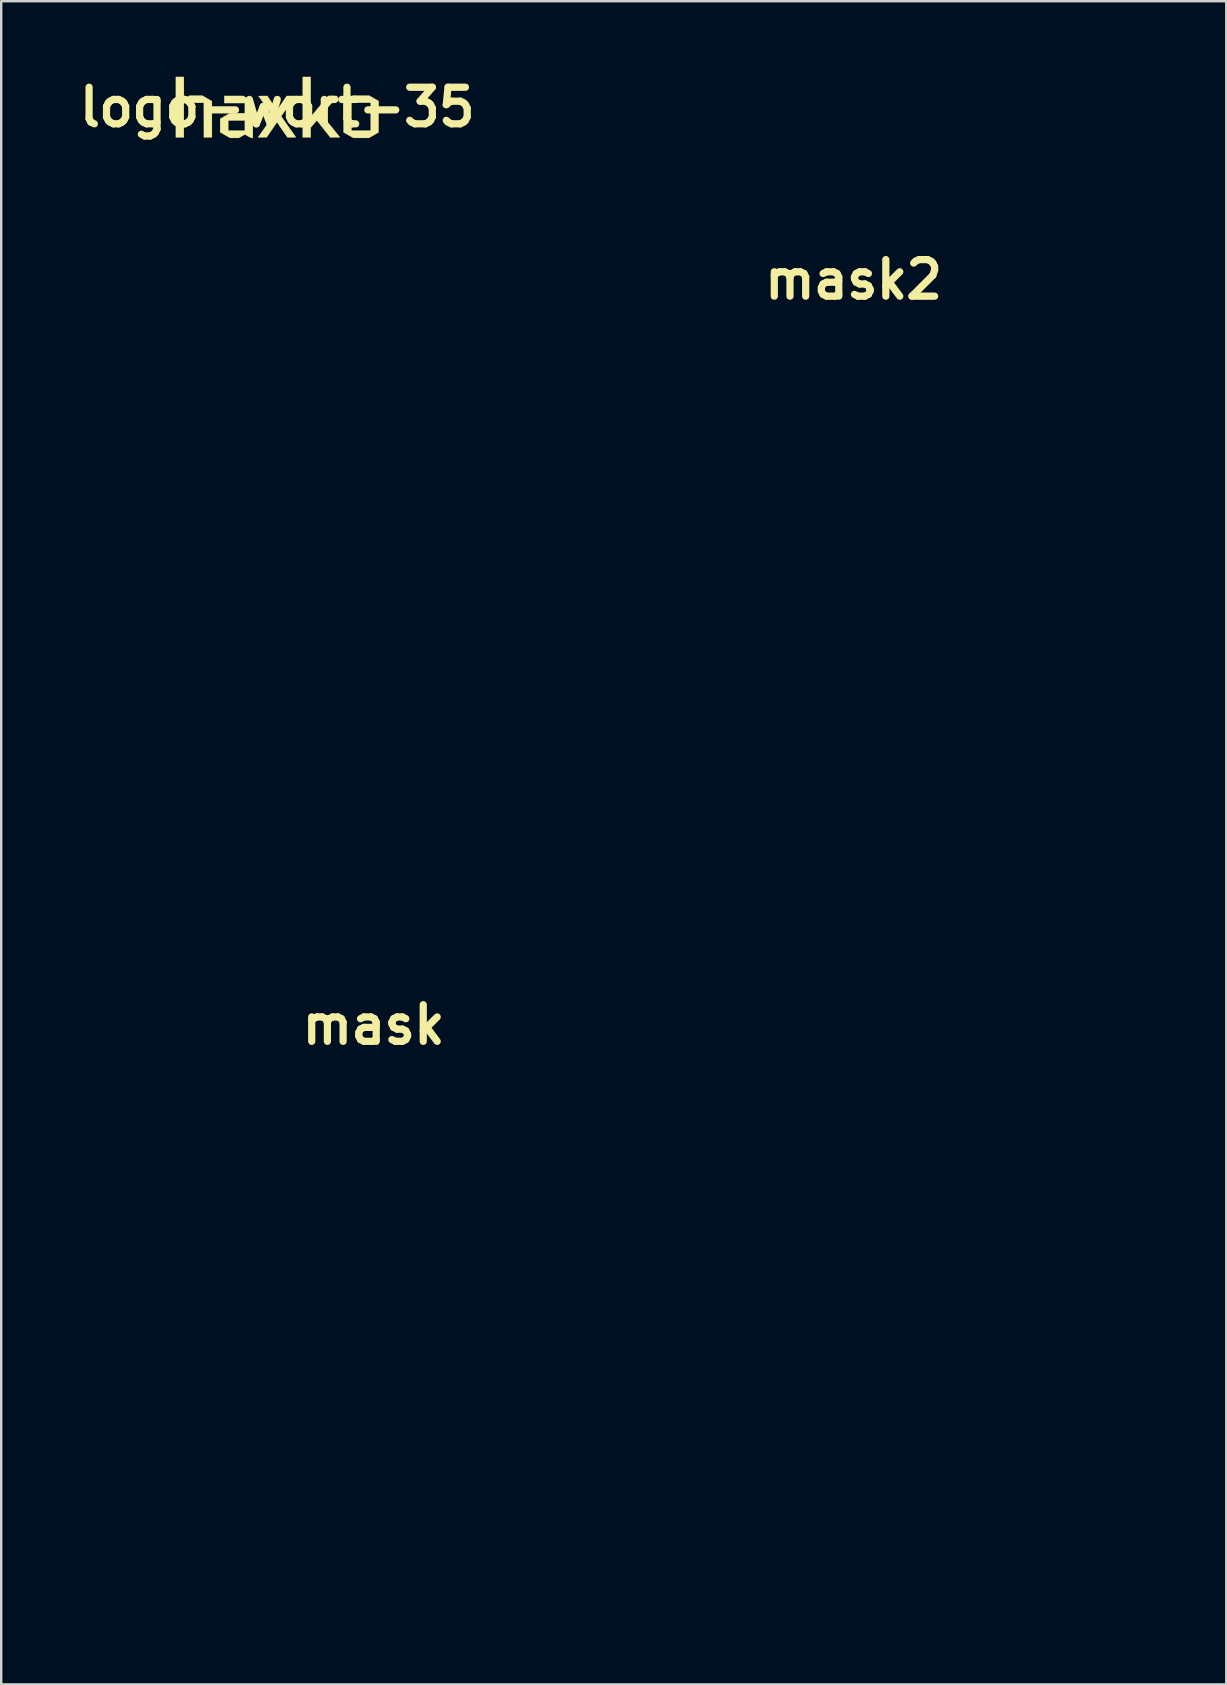
<source format=kicad_pcb>
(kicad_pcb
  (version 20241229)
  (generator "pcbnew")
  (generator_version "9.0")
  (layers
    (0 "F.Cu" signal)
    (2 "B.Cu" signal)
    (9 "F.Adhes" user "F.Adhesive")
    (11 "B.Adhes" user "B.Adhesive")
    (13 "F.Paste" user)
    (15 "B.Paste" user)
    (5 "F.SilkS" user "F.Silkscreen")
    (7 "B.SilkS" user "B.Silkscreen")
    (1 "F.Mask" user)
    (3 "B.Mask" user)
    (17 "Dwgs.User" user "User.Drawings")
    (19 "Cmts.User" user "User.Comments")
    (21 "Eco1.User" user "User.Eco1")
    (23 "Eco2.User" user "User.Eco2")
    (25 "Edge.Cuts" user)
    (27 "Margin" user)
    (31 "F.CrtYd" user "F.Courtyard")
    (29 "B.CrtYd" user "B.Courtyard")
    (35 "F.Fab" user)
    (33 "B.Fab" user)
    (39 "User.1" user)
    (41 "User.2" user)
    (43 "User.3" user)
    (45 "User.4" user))
  (footprint "logo-wort-35"
    (layer "F.Cu")
    (at 8.498 1.418)
    (property "Reference" "logo-wort-35" (at 0 0 0) (layer "F.SilkS") (effects (font (size 1.524 1.524) (thickness 0.3))))
    (attr through_hole)
    (fp_poly (pts (xy -3.888 -0.806) (xy -3.886 -0.35) (xy -3.768 -0.418) (xy -3.65 -0.486) (xy -3.12 -0.486) (xy -2.948 -0.387) (xy -2.901 -0.36) (xy -2.857 -0.335) (xy -2.818 -0.312) (xy -2.785 -0.293) (xy -2.762 -0.279) (xy -2.749 -0.271) (xy -2.721 -0.254) (xy -2.721 1.255) (xy -3.055 1.255) (xy -3.057 0.535) (xy -3.059 -0.185) (xy -3.474 -0.187) (xy -3.89 -0.189) (xy -3.89 1.255) (xy -4.224 1.255) (xy -4.224 -1.263) (xy -3.89 -1.263) (xy -3.888 -0.806)) (stroke (width 0.01) (type solid)) (fill yes) (layer "F.SilkS"))
    (fp_poly (pts (xy 4.027 -0.373) (xy 4.224 -0.259) (xy 4.222 0.393) (xy 4.22 1.046) (xy 4.02 1.162) (xy 3.821 1.277) (xy 3.494 1.277) (xy 3.167 1.277) (xy 3.033 1.2) (xy 2.988 1.174) (xy 2.941 1.147) (xy 2.897 1.122) (xy 2.859 1.1) (xy 2.829 1.083) (xy 2.828 1.083) (xy 2.758 1.042) (xy 2.758 -0.189) (xy 3.092 -0.189) (xy 3.092 0.972) (xy 3.89 0.972) (xy 3.89 -0.189) (xy 3.092 -0.189) (xy 2.758 -0.189) (xy 2.758 -0.258) (xy 2.957 -0.372) (xy 3.155 -0.486) (xy 3.83 -0.486) (xy 4.027 -0.373)) (stroke (width 0.01) (type solid)) (fill yes) (layer "F.SilkS"))
    (fp_poly (pts (xy -1.016 -0.243) (xy -1.016 0.517) (xy -1.016 1.277) (xy -1.056 1.277) (xy -1.07 1.277) (xy -1.084 1.275) (xy -1.098 1.27) (xy -1.117 1.263) (xy -1.141 1.25) (xy -1.172 1.233) (xy -1.214 1.209) (xy -1.222 1.205) (xy -1.348 1.132) (xy -1.474 1.205) (xy -1.6 1.277) (xy -1.785 1.277) (xy -1.97 1.277) (xy -2.175 1.159) (xy -2.38 1.041) (xy -2.38 0.552) (xy -2.039 0.552) (xy -2.039 0.972) (xy -1.35 0.972) (xy -1.35 0.552) (xy -2.039 0.552) (xy -2.38 0.552) (xy -2.38 0.481) (xy -2.178 0.364) (xy -1.975 0.247) (xy -1.35 0.247) (xy -1.35 -0.174) (xy -2.206 -0.174) (xy -2.206 -0.472) (xy -1.414 -0.472) (xy -1.016 -0.243)) (stroke (width 0.01) (type solid)) (fill yes) (layer "F.SilkS"))
    (fp_poly (pts (xy 1.393 -0.439) (xy 1.393 -0.314) (xy 1.394 -0.198) (xy 1.394 -0.09) (xy 1.394 0.008) (xy 1.395 0.096) (xy 1.395 0.174) (xy 1.396 0.24) (xy 1.397 0.295) (xy 1.398 0.337) (xy 1.398 0.366) (xy 1.399 0.382) (xy 1.4 0.385) (xy 1.406 0.379) (xy 1.42 0.363) (xy 1.442 0.338) (xy 1.471 0.304) (xy 1.506 0.262) (xy 1.547 0.214) (xy 1.592 0.159) (xy 1.642 0.099) (xy 1.696 0.035) (xy 1.752 -0.033) (xy 1.761 -0.044) (xy 2.115 -0.472) (xy 2.313 -0.472) (xy 2.374 -0.472) (xy 2.422 -0.471) (xy 2.457 -0.47) (xy 2.482 -0.469) (xy 2.498 -0.467) (xy 2.505 -0.465) (xy 2.506 -0.463) (xy 2.501 -0.456) (xy 2.486 -0.439) (xy 2.464 -0.412) (xy 2.435 -0.378) (xy 2.4 -0.336) (xy 2.359 -0.288) (xy 2.314 -0.235) (xy 2.264 -0.176) (xy 2.212 -0.115) (xy 2.185 -0.083) (xy 2.131 -0.02) (xy 2.079 0.04) (xy 2.032 0.096) (xy 1.988 0.147) (xy 1.949 0.193) (xy 1.917 0.231) (xy 1.89 0.262) (xy 1.872 0.284) (xy 1.861 0.297) (xy 1.859 0.299) (xy 1.859 0.302) (xy 1.86 0.308) (xy 1.865 0.316) (xy 1.873 0.329) (xy 1.884 0.346) (xy 1.901 0.368) (xy 1.923 0.396) (xy 1.95 0.431) (xy 1.983 0.473) (xy 2.023 0.523) (xy 2.071 0.581) (xy 2.126 0.649) (xy 2.189 0.727) (xy 2.231 0.779) (xy 2.29 0.851) (xy 2.345 0.919) (xy 2.397 0.983) (xy 2.445 1.043) (xy 2.489 1.096) (xy 2.527 1.143) (xy 2.559 1.183) (xy 2.584 1.214) (xy 2.601 1.237) (xy 2.611 1.249) (xy 2.613 1.251) (xy 2.606 1.252) (xy 2.586 1.253) (xy 2.556 1.254) (xy 2.516 1.255) (xy 2.469 1.255) (xy 2.418 1.255) (xy 2.41 1.255) (xy 2.208 1.255) (xy 1.93 0.903) (xy 1.88 0.841) (xy 1.834 0.783) (xy 1.791 0.729) (xy 1.752 0.68) (xy 1.718 0.638) (xy 1.689 0.603) (xy 1.668 0.577) (xy 1.653 0.56) (xy 1.647 0.553) (xy 1.647 0.553) (xy 1.641 0.559) (xy 1.627 0.575) (xy 1.607 0.598) (xy 1.58 0.628) (xy 1.55 0.664) (xy 1.518 0.702) (xy 1.393 0.848) (xy 1.393 1.255) (xy 1.06 1.255) (xy 1.06 -1.263) (xy 1.393 -1.263) (xy 1.393 -0.439)) (stroke (width 0.01) (type solid)) (fill yes) (layer "F.SilkS"))
    (fp_poly (pts (xy 0.749 -0.452) (xy 0.743 -0.443) (xy 0.728 -0.423) (xy 0.707 -0.393) (xy 0.68 -0.354) (xy 0.647 -0.308) (xy 0.61 -0.255) (xy 0.568 -0.196) (xy 0.523 -0.133) (xy 0.476 -0.066) (xy 0.451 -0.032) (xy 0.403 0.036) (xy 0.357 0.1) (xy 0.315 0.16) (xy 0.277 0.215) (xy 0.243 0.263) (xy 0.215 0.304) (xy 0.192 0.337) (xy 0.177 0.36) (xy 0.168 0.373) (xy 0.167 0.375) (xy 0.171 0.382) (xy 0.183 0.4) (xy 0.202 0.427) (xy 0.227 0.464) (xy 0.258 0.509) (xy 0.294 0.561) (xy 0.335 0.619) (xy 0.379 0.682) (xy 0.427 0.75) (xy 0.474 0.817) (xy 0.781 1.252) (xy 0.607 1.254) (xy 0.558 1.254) (xy 0.513 1.254) (xy 0.476 1.254) (xy 0.447 1.254) (xy 0.429 1.253) (xy 0.425 1.253) (xy 0.419 1.247) (xy 0.407 1.229) (xy 0.387 1.202) (xy 0.362 1.167) (xy 0.332 1.123) (xy 0.298 1.074) (xy 0.26 1.019) (xy 0.219 0.96) (xy 0.204 0.937) (xy -0.01 0.624) (xy -0.034 0.659) (xy -0.043 0.672) (xy -0.059 0.695) (xy -0.082 0.728) (xy -0.11 0.769) (xy -0.142 0.816) (xy -0.178 0.868) (xy -0.216 0.924) (xy -0.249 0.972) (xy -0.44 1.252) (xy -0.806 1.256) (xy -0.745 1.17) (xy -0.672 1.066) (xy -0.602 0.967) (xy -0.536 0.874) (xy -0.475 0.787) (xy -0.419 0.706) (xy -0.368 0.632) (xy -0.323 0.567) (xy -0.284 0.509) (xy -0.251 0.461) (xy -0.225 0.422) (xy -0.207 0.393) (xy -0.196 0.375) (xy -0.193 0.368) (xy -0.198 0.361) (xy -0.211 0.343) (xy -0.23 0.316) (xy -0.255 0.28) (xy -0.285 0.237) (xy -0.319 0.188) (xy -0.357 0.134) (xy -0.397 0.077) (xy -0.439 0.017) (xy -0.482 -0.044) (xy -0.525 -0.105) (xy -0.568 -0.164) (xy -0.608 -0.222) (xy -0.646 -0.276) (xy -0.681 -0.326) (xy -0.712 -0.369) (xy -0.738 -0.406) (xy -0.758 -0.435) (xy -0.772 -0.454) (xy -0.778 -0.462) (xy -0.778 -0.463) (xy -0.778 -0.465) (xy -0.771 -0.468) (xy -0.755 -0.469) (xy -0.73 -0.47) (xy -0.694 -0.471) (xy -0.646 -0.471) (xy -0.598 -0.471) (xy -0.41 -0.471) (xy -0.276 -0.271) (xy -0.24 -0.217) (xy -0.203 -0.163) (xy -0.167 -0.109) (xy -0.134 -0.06) (xy -0.105 -0.017) (xy -0.082 0.017) (xy -0.076 0.026) (xy -0.01 0.123) (xy 0.189 -0.174) (xy 0.388 -0.471) (xy 0.576 -0.471) (xy 0.763 -0.472) (xy 0.749 -0.452)) (stroke (width 0.01) (type solid)) (fill yes) (layer "F.SilkS")))
  (footprint "mask"
    (layer "F.Cu")
    (at 12.51 39.632)
    (property "Reference" "mask" (at 0 0 0) (layer "F.SilkS") (effects (font (size 1.524 1.524) (thickness 0.3))))
    (attr through_hole)
    (fp_poly (pts (xy 1.397 -8.553) (xy 1.403 -8.522) (xy 1.415 -8.466) (xy 1.43 -8.392) (xy 1.447 -8.308) (xy 1.448 -8.3) (xy 1.514 -8.013) (xy 1.594 -7.741) (xy 1.692 -7.475) (xy 1.812 -7.202) (xy 1.865 -7.091) (xy 2.052 -6.746) (xy 2.267 -6.417) (xy 2.51 -6.103) (xy 2.759 -5.826) (xy 2.95 -5.628) (xy 1.949 -3.627) (xy 1.827 -3.384) (xy 1.71 -3.148) (xy 1.597 -2.923) (xy 1.491 -2.71) (xy 1.391 -2.51) (xy 1.3 -2.326) (xy 1.217 -2.159) (xy 1.143 -2.012) (xy 1.08 -1.885) (xy 1.028 -1.78) (xy 0.989 -1.7) (xy 0.962 -1.646) (xy 0.95 -1.62) (xy 0.949 -1.618) (xy 0.966 -1.617) (xy 1.015 -1.617) (xy 1.094 -1.616) (xy 1.204 -1.615) (xy 1.341 -1.614) (xy 1.504 -1.614) (xy 1.691 -1.613) (xy 1.902 -1.613) (xy 2.135 -1.612) (xy 2.387 -1.612) (xy 2.659 -1.611) (xy 2.947 -1.611) (xy 3.25 -1.61) (xy 3.568 -1.61) (xy 3.898 -1.61) (xy 4.239 -1.61) (xy 4.589 -1.61) (xy 4.649 -1.61) (xy 8.349 -1.61) (xy 10.436 1.296) (xy 10.637 1.577) (xy 10.834 1.851) (xy 11.024 2.116) (xy 11.207 2.371) (xy 11.382 2.615) (xy 11.548 2.847) (xy 11.704 3.065) (xy 11.849 3.268) (xy 11.983 3.455) (xy 12.104 3.625) (xy 12.211 3.776) (xy 12.304 3.906) (xy 12.382 4.016) (xy 12.444 4.103) (xy 12.488 4.166) (xy 12.515 4.203) (xy 12.522 4.215) (xy 12.516 4.231) (xy 12.497 4.278) (xy 12.467 4.355) (xy 12.425 4.46) (xy 12.373 4.592) (xy 12.309 4.752) (xy 12.236 4.937) (xy 12.152 5.146) (xy 12.059 5.38) (xy 11.956 5.636) (xy 11.845 5.915) (xy 11.726 6.214) (xy 11.599 6.533) (xy 11.464 6.871) (xy 11.321 7.227) (xy 11.172 7.6) (xy 11.017 7.989) (xy 10.855 8.393) (xy 10.688 8.812) (xy 10.515 9.244) (xy 10.338 9.688) (xy 10.156 10.143) (xy 9.97 10.609) (xy 9.78 11.083) (xy 9.586 11.567) (xy 9.482 11.827) (xy 6.442 19.427) (xy 6.899 19.432) (xy 7.028 19.433) (xy 7.139 19.436) (xy 7.231 19.439) (xy 7.299 19.443) (xy 7.34 19.448) (xy 7.351 19.451) (xy 7.344 19.469) (xy 7.326 19.516) (xy 7.296 19.591) (xy 7.255 19.692) (xy 7.205 19.818) (xy 7.145 19.968) (xy 7.077 20.138) (xy 7.001 20.328) (xy 6.918 20.537) (xy 6.828 20.761) (xy 6.732 21) (xy 6.631 21.253) (xy 6.526 21.516) (xy 6.417 21.789) (xy 6.346 21.967) (xy 5.346 24.468) (xy 3.635 24.464) (xy 1.925 24.46) (xy 0.975 22.083) (xy 0.867 21.812) (xy 0.762 21.55) (xy 0.661 21.299) (xy 0.564 21.059) (xy 0.473 20.833) (xy 0.388 20.623) (xy 0.31 20.43) (xy 0.239 20.256) (xy 0.176 20.103) (xy 0.122 19.972) (xy 0.078 19.866) (xy 0.044 19.785) (xy 0.021 19.732) (xy 0.009 19.708) (xy 0.008 19.707) (xy 0.000362 19.723) (xy -0.02 19.768) (xy -0.051 19.841) (xy -0.092 19.941) (xy -0.143 20.065) (xy -0.204 20.212) (xy -0.272 20.38) (xy -0.349 20.568) (xy -0.432 20.774) (xy -0.522 20.995) (xy -0.617 21.231) (xy -0.717 21.48) (xy -0.821 21.739) (xy -0.928 22.008) (xy -0.958 22.083) (xy -1.908 24.46) (xy -3.619 24.464) (xy -5.329 24.468) (xy -6.329 21.967) (xy -6.44 21.689) (xy -6.548 21.419) (xy -6.652 21.16) (xy -6.751 20.912) (xy -6.844 20.678) (xy -6.932 20.459) (xy -7.012 20.257) (xy -7.086 20.074) (xy -7.151 19.911) (xy -7.207 19.77) (xy -7.254 19.652) (xy -7.291 19.56) (xy -7.317 19.495) (xy -7.331 19.459) (xy -7.334 19.451) (xy -7.319 19.447) (xy -7.274 19.443) (xy -7.203 19.439) (xy -7.108 19.436) (xy -6.994 19.433) (xy -6.883 19.432) (xy -6.425 19.427) (xy -9.465 11.827) (xy -9.66 11.34) (xy -9.852 10.86) (xy -10.04 10.39) (xy -10.225 9.929) (xy -10.405 9.479) (xy -10.58 9.04) (xy -10.75 8.615) (xy -10.915 8.203) (xy -11.073 7.805) (xy -11.226 7.423) (xy -11.372 7.058) (xy -11.511 6.71) (xy -11.642 6.381) (xy -11.766 6.071) (xy -11.881 5.782) (xy -11.988 5.514) (xy -12.087 5.268) (xy -12.175 5.045) (xy -12.254 4.847) (xy -12.323 4.674) (xy -12.382 4.527) (xy -12.429 4.407) (xy -12.466 4.315) (xy -12.491 4.253) (xy -12.503 4.22) (xy -12.505 4.215) (xy -12.495 4.2) (xy -12.467 4.159) (xy -12.42 4.093) (xy -12.357 4.003) (xy -12.277 3.891) (xy -12.182 3.758) (xy -12.073 3.605) (xy -11.95 3.433) (xy -11.815 3.244) (xy -11.668 3.039) (xy -11.511 2.819) (xy -11.344 2.586) (xy -11.168 2.34) (xy -10.984 2.084) (xy -10.793 1.818) (xy -10.596 1.543) (xy -10.419 1.296) (xy -8.332 -1.61) (xy -4.632 -1.61) (xy -4.28 -1.61) (xy -3.938 -1.61) (xy -3.606 -1.61) (xy -3.286 -1.61) (xy -2.98 -1.611) (xy -2.689 -1.611) (xy -2.415 -1.611) (xy -2.159 -1.612) (xy -1.923 -1.612) (xy -1.709 -1.613) (xy -1.517 -1.614) (xy -1.349 -1.614) (xy -1.208 -1.615) (xy -1.094 -1.616) (xy -1.009 -1.617) (xy -0.955 -1.617) (xy -0.932 -1.618) (xy -0.932 -1.618) (xy -0.939 -1.634) (xy -0.961 -1.679) (xy -0.996 -1.75) (xy -1.044 -1.846) (xy -1.103 -1.965) (xy -1.173 -2.106) (xy -1.253 -2.267) (xy -1.342 -2.445) (xy -1.439 -2.639) (xy -1.543 -2.848) (xy -1.653 -3.069) (xy -1.769 -3.302) (xy -1.89 -3.543) (xy -1.932 -3.627) (xy -2.933 -5.628) (xy -2.743 -5.826) (xy -2.464 -6.139) (xy -2.215 -6.467) (xy -1.996 -6.812) (xy -1.807 -7.17) (xy -1.649 -7.542) (xy -1.522 -7.926) (xy -1.431 -8.3) (xy -1.414 -8.384) (xy -1.399 -8.46) (xy -1.387 -8.518) (xy -1.38 -8.551) (xy -1.38 -8.553) (xy -1.372 -8.591) (xy 1.389 -8.591) (xy 1.397 -8.553)) (stroke (width 0.01) (type solid)) (fill yes) (layer "F.Mask")))
  (footprint "mask2"
    (layer "F.Cu")
    (at 32.502 8.596)
    (property "Reference" "mask2" (at 0 0 0) (layer "F.SilkS") (effects (font (size 1.524 1.524) (thickness 0.3))))
    (attr through_hole)
    (fp_poly (pts (xy 0.257 -8.591) (xy 0.474 -8.591) (xy 0.662 -8.591) (xy 0.822 -8.59) (xy 0.957 -8.589) (xy 1.068 -8.588) (xy 1.159 -8.587) (xy 1.232 -8.585) (xy 1.287 -8.583) (xy 1.329 -8.581) (xy 1.358 -8.578) (xy 1.377 -8.574) (xy 1.388 -8.57) (xy 1.394 -8.565) (xy 1.396 -8.561) (xy 1.403 -8.527) (xy 1.412 -8.475) (xy 1.415 -8.455) (xy 1.429 -8.378) (xy 1.451 -8.278) (xy 1.478 -8.161) (xy 1.509 -8.039) (xy 1.542 -7.918) (xy 1.574 -7.807) (xy 1.602 -7.718) (xy 1.749 -7.335) (xy 1.926 -6.967) (xy 2.132 -6.616) (xy 2.369 -6.28) (xy 2.635 -5.959) (xy 2.759 -5.826) (xy 2.95 -5.628) (xy 1.949 -3.627) (xy 1.827 -3.384) (xy 1.71 -3.148) (xy 1.597 -2.923) (xy 1.491 -2.71) (xy 1.391 -2.51) (xy 1.3 -2.326) (xy 1.217 -2.159) (xy 1.143 -2.012) (xy 1.08 -1.885) (xy 1.028 -1.78) (xy 0.989 -1.7) (xy 0.962 -1.646) (xy 0.95 -1.62) (xy 0.949 -1.618) (xy 0.966 -1.617) (xy 1.015 -1.617) (xy 1.094 -1.616) (xy 1.204 -1.615) (xy 1.341 -1.614) (xy 1.504 -1.614) (xy 1.691 -1.613) (xy 1.902 -1.613) (xy 2.135 -1.612) (xy 2.387 -1.612) (xy 2.659 -1.611) (xy 2.947 -1.611) (xy 3.25 -1.61) (xy 3.568 -1.61) (xy 3.898 -1.61) (xy 4.239 -1.61) (xy 4.589 -1.61) (xy 4.649 -1.61) (xy 8.349 -1.61) (xy 10.431 1.29) (xy 10.633 1.571) (xy 10.829 1.844) (xy 11.019 2.109) (xy 11.202 2.364) (xy 11.377 2.608) (xy 11.543 2.84) (xy 11.699 3.058) (xy 11.845 3.261) (xy 11.978 3.448) (xy 12.099 3.618) (xy 12.207 3.769) (xy 12.3 3.9) (xy 12.378 4.009) (xy 12.44 4.096) (xy 12.484 4.159) (xy 12.511 4.197) (xy 12.518 4.209) (xy 12.512 4.225) (xy 12.494 4.273) (xy 12.464 4.35) (xy 12.423 4.455) (xy 12.37 4.588) (xy 12.307 4.748) (xy 12.233 4.933) (xy 12.15 5.143) (xy 12.057 5.377) (xy 11.955 5.634) (xy 11.844 5.912) (xy 11.725 6.212) (xy 11.598 6.531) (xy 11.463 6.869) (xy 11.321 7.226) (xy 11.172 7.599) (xy 11.016 7.989) (xy 10.855 8.393) (xy 10.688 8.812) (xy 10.515 9.244) (xy 10.338 9.688) (xy 10.156 10.143) (xy 9.97 10.609) (xy 9.78 11.084) (xy 9.586 11.567) (xy 9.482 11.827) (xy 6.442 19.427) (xy 0.01 19.431) (xy -6.423 19.436) (xy -6.438 19.397) (xy -6.445 19.379) (xy -6.464 19.331) (xy -6.495 19.253) (xy -6.538 19.146) (xy -6.592 19.012) (xy -6.656 18.851) (xy -6.73 18.665) (xy -6.815 18.453) (xy -6.909 18.218) (xy -7.012 17.961) (xy -7.124 17.681) (xy -7.244 17.381) (xy -7.372 17.061) (xy -7.507 16.722) (xy -7.65 16.365) (xy -7.8 15.991) (xy -7.956 15.601) (xy -8.118 15.197) (xy -8.285 14.778) (xy -8.458 14.346) (xy -8.636 13.902) (xy -8.818 13.447) (xy -9.004 12.981) (xy -9.194 12.507) (xy -9.387 12.024) (xy -9.472 11.81) (xy -9.667 11.324) (xy -9.858 10.846) (xy -10.046 10.377) (xy -10.23 9.917) (xy -10.409 9.469) (xy -10.584 9.032) (xy -10.754 8.607) (xy -10.918 8.196) (xy -11.076 7.8) (xy -11.228 7.42) (xy -11.374 7.056) (xy -11.512 6.709) (xy -11.644 6.381) (xy -11.767 6.073) (xy -11.882 5.785) (xy -11.989 5.518) (xy -12.086 5.273) (xy -12.174 5.052) (xy -12.253 4.855) (xy -12.322 4.684) (xy -12.38 4.538) (xy -12.427 4.42) (xy -12.462 4.33) (xy -12.487 4.269) (xy -12.499 4.238) (xy -12.5 4.234) (xy -12.491 4.217) (xy -12.463 4.173) (xy -12.416 4.103) (xy -12.35 4.008) (xy -12.266 3.887) (xy -12.164 3.742) (xy -12.045 3.573) (xy -11.909 3.381) (xy -11.756 3.167) (xy -11.588 2.93) (xy -11.404 2.672) (xy -11.205 2.394) (xy -10.991 2.095) (xy -10.763 1.777) (xy -10.522 1.44) (xy -10.42 1.298) (xy -8.332 -1.61) (xy -4.632 -1.61) (xy -4.28 -1.61) (xy -3.938 -1.61) (xy -3.606 -1.61) (xy -3.286 -1.61) (xy -2.98 -1.611) (xy -2.689 -1.611) (xy -2.415 -1.611) (xy -2.159 -1.612) (xy -1.923 -1.612) (xy -1.709 -1.613) (xy -1.517 -1.614) (xy -1.349 -1.614) (xy -1.208 -1.615) (xy -1.094 -1.616) (xy -1.009 -1.617) (xy -0.955 -1.617) (xy -0.932 -1.618) (xy -0.932 -1.618) (xy -0.939 -1.634) (xy -0.961 -1.679) (xy -0.996 -1.75) (xy -1.044 -1.846) (xy -1.103 -1.965) (xy -1.173 -2.106) (xy -1.253 -2.267) (xy -1.342 -2.445) (xy -1.439 -2.639) (xy -1.543 -2.848) (xy -1.653 -3.069) (xy -1.769 -3.302) (xy -1.89 -3.543) (xy -1.932 -3.627) (xy -2.933 -5.628) (xy -2.743 -5.826) (xy -2.463 -6.14) (xy -2.213 -6.469) (xy -1.994 -6.814) (xy -1.805 -7.174) (xy -1.645 -7.551) (xy -1.585 -7.718) (xy -1.556 -7.81) (xy -1.524 -7.921) (xy -1.491 -8.042) (xy -1.46 -8.165) (xy -1.433 -8.281) (xy -1.411 -8.381) (xy -1.398 -8.455) (xy -1.389 -8.509) (xy -1.381 -8.552) (xy -1.379 -8.561) (xy -1.376 -8.567) (xy -1.368 -8.571) (xy -1.355 -8.575) (xy -1.333 -8.579) (xy -1.3 -8.582) (xy -1.254 -8.584) (xy -1.194 -8.586) (xy -1.116 -8.588) (xy -1.018 -8.589) (xy -0.9 -8.59) (xy -0.757 -8.59) (xy -0.589 -8.591) (xy -0.392 -8.591) (xy -0.165 -8.591) (xy 0.008 -8.591) (xy 0.257 -8.591)) (stroke (width 0.01) (type solid)) (fill yes) (layer "F.Mask")))
  (gr_rect
    (start -3 -3)
    (end 48.025 67.105)
    (stroke (width 0.1) (type default))
    (fill no)
    (layer "Edge.Cuts")))
</source>
